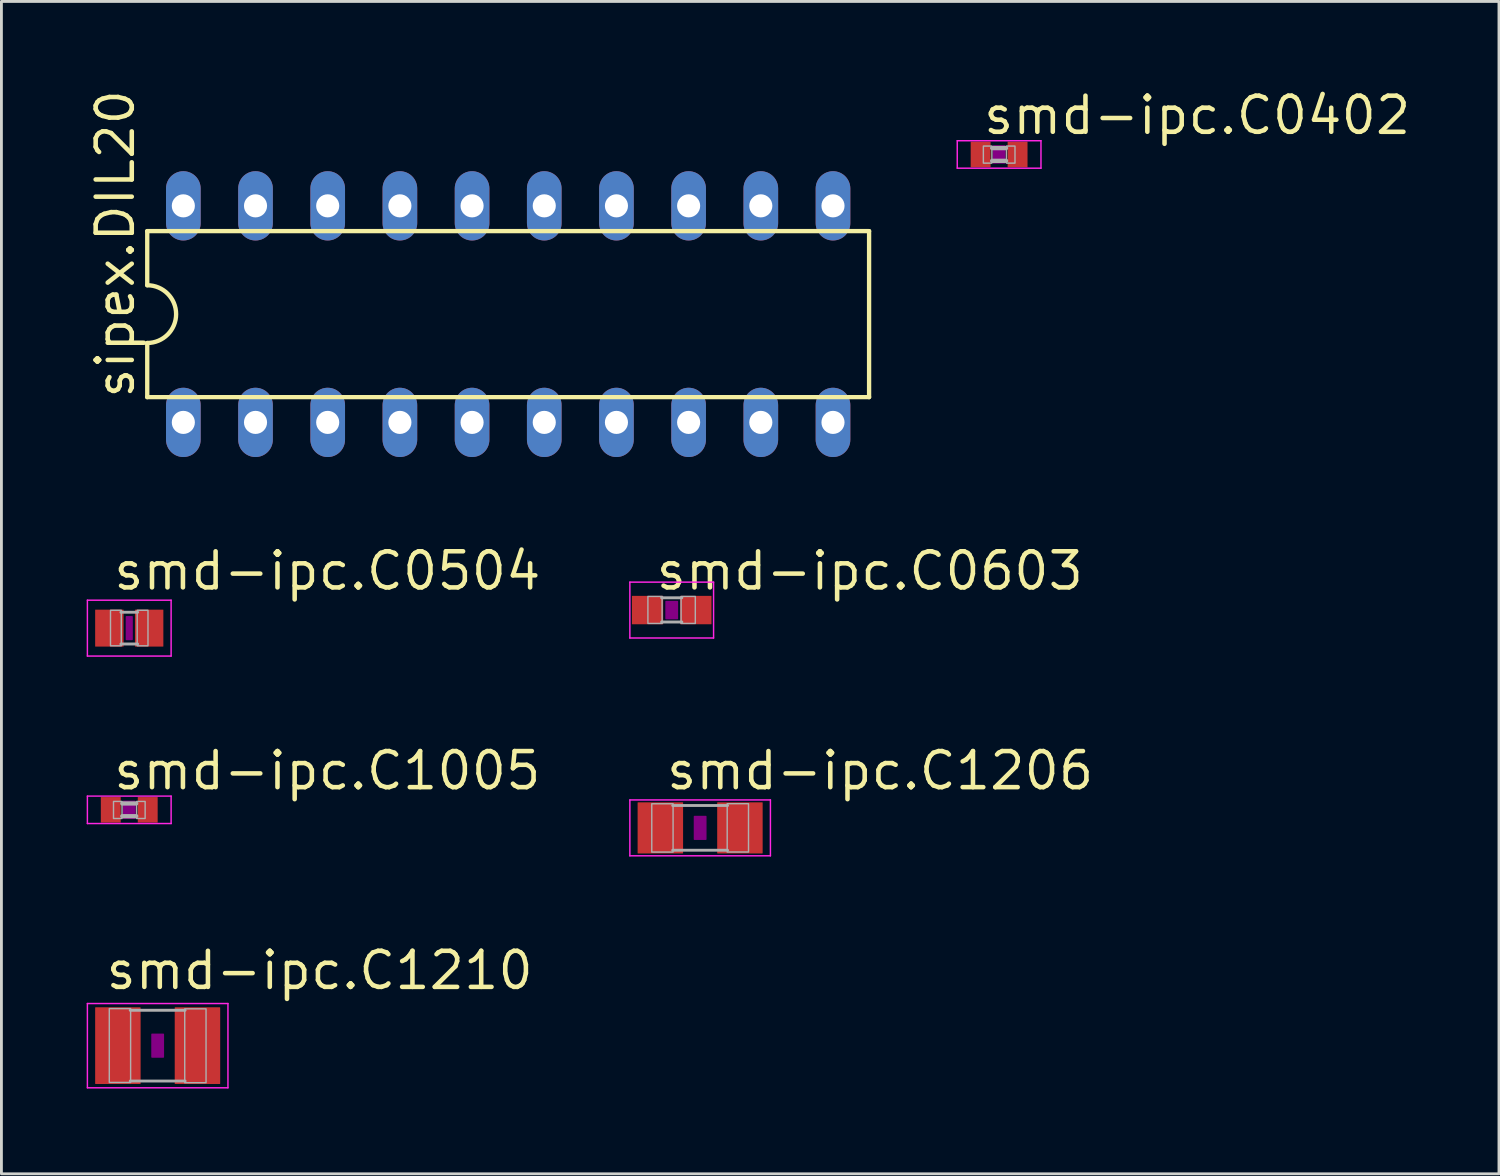
<source format=kicad_pcb>
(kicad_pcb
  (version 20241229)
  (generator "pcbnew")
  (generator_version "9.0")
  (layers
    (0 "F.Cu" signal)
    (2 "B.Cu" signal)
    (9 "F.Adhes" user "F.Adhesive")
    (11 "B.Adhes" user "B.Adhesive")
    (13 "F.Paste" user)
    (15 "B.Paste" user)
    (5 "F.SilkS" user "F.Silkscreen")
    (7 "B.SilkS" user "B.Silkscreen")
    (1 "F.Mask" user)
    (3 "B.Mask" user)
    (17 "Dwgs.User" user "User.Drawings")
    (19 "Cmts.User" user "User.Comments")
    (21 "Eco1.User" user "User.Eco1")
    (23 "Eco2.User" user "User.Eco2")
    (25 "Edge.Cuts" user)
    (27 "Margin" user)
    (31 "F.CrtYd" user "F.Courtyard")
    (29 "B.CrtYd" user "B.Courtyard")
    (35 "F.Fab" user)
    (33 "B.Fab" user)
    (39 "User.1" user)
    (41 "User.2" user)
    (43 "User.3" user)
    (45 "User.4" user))
  (footprint "smd-ipc.C0504"
    (layer "F.Cu")
    (at 1.498 19.052)
    (property "Reference" "smd-ipc.C0504" (at -0.635 -1.27 0) (layer "F.SilkS") (effects (font (size 1.27 1.27) (thickness 0.16)) (justify left bottom)))
    (attr smd)
    (fp_rect (start -0.1 0.4) (end 0.1 -0.4) (stroke (width 0.05) (type default)) (fill yes) (layer "F.Adhes"))
    (fp_line (start -1.473 -0.983) (end 1.473 -0.983) (stroke (width 0.051) (type default)) (layer "F.CrtYd"))
    (fp_line (start -1.473 0.983) (end -1.473 -0.983) (stroke (width 0.051) (type default)) (layer "F.CrtYd"))
    (fp_line (start 1.473 -0.983) (end 1.473 0.983) (stroke (width 0.051) (type default)) (layer "F.CrtYd"))
    (fp_line (start 1.473 0.983) (end -1.473 0.983) (stroke (width 0.051) (type default)) (layer "F.CrtYd"))
    (fp_line (start -0.294 -0.559) (end 0.294 -0.559) (stroke (width 0.102) (type default)) (layer "F.Fab"))
    (fp_line (start -0.294 0.559) (end 0.294 0.559) (stroke (width 0.102) (type default)) (layer "F.Fab"))
    (fp_rect (start -0.66 0.622) (end -0.28 -0.628) (stroke (width 0.05) (type default)) (fill no) (layer "F.Fab"))
    (fp_rect (start 0.279 0.622) (end 0.659 -0.628) (stroke (width 0.05) (type default)) (fill no) (layer "F.Fab"))
    (pad "1" smd roundrect (at -0.7 0) (size 1 1.3) (layers "F.Cu" "F.Mask" "F.Paste") (roundrect_rratio 0.01))
    (pad "2" smd roundrect (at 0.7 0) (size 1 1.3) (layers "F.Cu" "F.Mask" "F.Paste") (roundrect_rratio 0.01)))
  (footprint "smd-ipc.C0402"
    (layer "F.Cu")
    (at 32.106 2.385)
    (property "Reference" "smd-ipc.C0402" (at -0.635 -0.635 0) (layer "F.SilkS") (effects (font (size 1.27 1.27) (thickness 0.16)) (justify left bottom)))
    (attr smd)
    (fp_rect (start -0.2 0.3) (end 0.2 -0.3) (stroke (width 0.05) (type default)) (fill yes) (layer "F.Adhes"))
    (fp_line (start -1.473 -0.483) (end 1.473 -0.483) (stroke (width 0.051) (type default)) (layer "F.CrtYd"))
    (fp_line (start -1.473 0.483) (end -1.473 -0.483) (stroke (width 0.051) (type default)) (layer "F.CrtYd"))
    (fp_line (start 1.473 -0.483) (end 1.473 0.483) (stroke (width 0.051) (type default)) (layer "F.CrtYd"))
    (fp_line (start 1.473 0.483) (end -1.473 0.483) (stroke (width 0.051) (type default)) (layer "F.CrtYd"))
    (fp_line (start -0.245 -0.224) (end 0.245 -0.224) (stroke (width 0.152) (type default)) (layer "F.Fab"))
    (fp_line (start 0.245 0.224) (end -0.245 0.224) (stroke (width 0.152) (type default)) (layer "F.Fab"))
    (fp_rect (start -0.554 0.305) (end -0.254 -0.295) (stroke (width 0.05) (type default)) (fill no) (layer "F.Fab"))
    (fp_rect (start 0.259 0.305) (end 0.559 -0.295) (stroke (width 0.05) (type default)) (fill no) (layer "F.Fab"))
    (pad "1" smd roundrect (at -0.65 0) (size 0.7 0.9) (layers "F.Cu" "F.Mask" "F.Paste") (roundrect_rratio 0.01))
    (pad "2" smd roundrect (at 0.65 0) (size 0.7 0.9) (layers "F.Cu" "F.Mask" "F.Paste") (roundrect_rratio 0.01)))
  (footprint "smd-ipc.C1005"
    (layer "F.Cu")
    (at 1.498 25.446)
    (property "Reference" "smd-ipc.C1005" (at -0.635 -0.635 0) (layer "F.SilkS") (effects (font (size 1.27 1.27) (thickness 0.16)) (justify left bottom)))
    (attr smd)
    (fp_rect (start -0.2 0.3) (end 0.2 -0.3) (stroke (width 0.05) (type default)) (fill yes) (layer "F.Adhes"))
    (fp_line (start -1.473 -0.483) (end 1.473 -0.483) (stroke (width 0.051) (type default)) (layer "F.CrtYd"))
    (fp_line (start -1.473 0.483) (end -1.473 -0.483) (stroke (width 0.051) (type default)) (layer "F.CrtYd"))
    (fp_line (start 1.473 -0.483) (end 1.473 0.483) (stroke (width 0.051) (type default)) (layer "F.CrtYd"))
    (fp_line (start 1.473 0.483) (end -1.473 0.483) (stroke (width 0.051) (type default)) (layer "F.CrtYd"))
    (fp_line (start -0.245 -0.224) (end 0.245 -0.224) (stroke (width 0.152) (type default)) (layer "F.Fab"))
    (fp_line (start 0.245 0.224) (end -0.245 0.224) (stroke (width 0.152) (type default)) (layer "F.Fab"))
    (fp_rect (start -0.554 0.305) (end -0.254 -0.295) (stroke (width 0.05) (type default)) (fill no) (layer "F.Fab"))
    (fp_rect (start 0.259 0.305) (end 0.559 -0.295) (stroke (width 0.05) (type default)) (fill no) (layer "F.Fab"))
    (pad "1" smd roundrect (at -0.65 0) (size 0.7 0.9) (layers "F.Cu" "F.Mask" "F.Paste") (roundrect_rratio 0.01))
    (pad "2" smd roundrect (at 0.65 0) (size 0.7 0.9) (layers "F.Cu" "F.Mask" "F.Paste") (roundrect_rratio 0.01)))
  (footprint "smd-ipc.C1210"
    (layer "F.Cu")
    (at 2.498 33.744)
    (property "Reference" "smd-ipc.C1210" (at -1.905 -1.905 0) (layer "F.SilkS") (effects (font (size 1.27 1.27) (thickness 0.16)) (justify left bottom)))
    (attr smd)
    (fp_rect (start -0.2 0.4) (end 0.2 -0.4) (stroke (width 0.05) (type default)) (fill yes) (layer "F.Adhes"))
    (fp_line (start -2.473 -1.483) (end 2.473 -1.483) (stroke (width 0.051) (type default)) (layer "F.CrtYd"))
    (fp_line (start -2.473 1.483) (end -2.473 -1.483) (stroke (width 0.051) (type default)) (layer "F.CrtYd"))
    (fp_line (start 2.473 -1.483) (end 2.473 1.483) (stroke (width 0.051) (type default)) (layer "F.CrtYd"))
    (fp_line (start 2.473 1.483) (end -2.473 1.483) (stroke (width 0.051) (type default)) (layer "F.CrtYd"))
    (fp_line (start -0.965 -1.245) (end 0.965 -1.245) (stroke (width 0.102) (type default)) (layer "F.Fab"))
    (fp_line (start -0.965 1.245) (end 0.965 1.245) (stroke (width 0.102) (type default)) (layer "F.Fab"))
    (fp_rect (start -1.702 1.295) (end -0.952 -1.304) (stroke (width 0.05) (type default)) (fill no) (layer "F.Fab"))
    (fp_rect (start 0.952 1.304) (end 1.702 -1.295) (stroke (width 0.05) (type default)) (fill no) (layer "F.Fab"))
    (pad "1" smd roundrect (at -1.4 0) (size 1.6 2.7) (layers "F.Cu" "F.Mask" "F.Paste") (roundrect_rratio 0.01))
    (pad "2" smd roundrect (at 1.4 0) (size 1.6 2.7) (layers "F.Cu" "F.Mask" "F.Paste") (roundrect_rratio 0.01)))
  (footprint "sipex.DIL20"
    (layer "F.Cu")
    (at 14.831 8.003)
    (property "Reference" "sipex.DIL20" (at -13.081 3.048 90) (layer "F.SilkS") (effects (font (size 1.27 1.27) (thickness 0.16)) (justify left bottom)))
    (attr through_hole)
    (fp_line (start -12.7 -2.921) (end -12.7 -1.016) (stroke (width 0.152) (type default)) (layer "F.SilkS"))
    (fp_line (start -12.7 2.921) (end -12.7 1.016) (stroke (width 0.152) (type default)) (layer "F.SilkS"))
    (fp_line (start -12.7 2.921) (end 12.7 2.921) (stroke (width 0.152) (type default)) (layer "F.SilkS"))
    (fp_line (start 12.7 -2.921) (end -12.7 -2.921) (stroke (width 0.152) (type default)) (layer "F.SilkS"))
    (fp_line (start 12.7 -2.921) (end 12.7 2.921) (stroke (width 0.152) (type default)) (layer "F.SilkS"))
    (fp_arc (start -12.7 -1.016) (mid -11.684 0) (end -12.7 1.016) (stroke (width 0.1524) (type default)) (layer "F.SilkS"))
    (pad "1" thru_hole oval (at -11.43 3.81 90) (size 2.438 1.219) (drill 0.813) (layers "*.Cu" "*.Mask"))
    (pad "2" thru_hole oval (at -8.89 3.81 90) (size 2.438 1.219) (drill 0.813) (layers "*.Cu" "*.Mask"))
    (pad "3" thru_hole oval (at -6.35 3.81 90) (size 2.438 1.219) (drill 0.813) (layers "*.Cu" "*.Mask"))
    (pad "4" thru_hole oval (at -3.81 3.81 90) (size 2.438 1.219) (drill 0.813) (layers "*.Cu" "*.Mask"))
    (pad "5" thru_hole oval (at -1.27 3.81 90) (size 2.438 1.219) (drill 0.813) (layers "*.Cu" "*.Mask"))
    (pad "6" thru_hole oval (at 1.27 3.81 90) (size 2.438 1.219) (drill 0.813) (layers "*.Cu" "*.Mask"))
    (pad "7" thru_hole oval (at 3.81 3.81 90) (size 2.438 1.219) (drill 0.813) (layers "*.Cu" "*.Mask"))
    (pad "8" thru_hole oval (at 6.35 3.81 90) (size 2.438 1.219) (drill 0.813) (layers "*.Cu" "*.Mask"))
    (pad "9" thru_hole oval (at 8.89 3.81 90) (size 2.438 1.219) (drill 0.813) (layers "*.Cu" "*.Mask"))
    (pad "10" thru_hole oval (at 11.43 3.81 90) (size 2.438 1.219) (drill 0.813) (layers "*.Cu" "*.Mask"))
    (pad "11" thru_hole oval (at 11.43 -3.81 90) (size 2.438 1.219) (drill 0.813) (layers "*.Cu" "*.Mask"))
    (pad "12" thru_hole oval (at 8.89 -3.81 90) (size 2.438 1.219) (drill 0.813) (layers "*.Cu" "*.Mask"))
    (pad "13" thru_hole oval (at 6.35 -3.81 90) (size 2.438 1.219) (drill 0.813) (layers "*.Cu" "*.Mask"))
    (pad "14" thru_hole oval (at 3.81 -3.81 90) (size 2.438 1.219) (drill 0.813) (layers "*.Cu" "*.Mask"))
    (pad "15" thru_hole oval (at 1.27 -3.81 90) (size 2.438 1.219) (drill 0.813) (layers "*.Cu" "*.Mask"))
    (pad "16" thru_hole oval (at -1.27 -3.81 90) (size 2.438 1.219) (drill 0.813) (layers "*.Cu" "*.Mask"))
    (pad "17" thru_hole oval (at -3.81 -3.81 90) (size 2.438 1.219) (drill 0.813) (layers "*.Cu" "*.Mask"))
    (pad "18" thru_hole oval (at -6.35 -3.81 90) (size 2.438 1.219) (drill 0.813) (layers "*.Cu" "*.Mask"))
    (pad "19" thru_hole oval (at -8.89 -3.81 90) (size 2.438 1.219) (drill 0.813) (layers "*.Cu" "*.Mask"))
    (pad "20" thru_hole oval (at -11.43 -3.81 90) (size 2.438 1.219) (drill 0.813) (layers "*.Cu" "*.Mask")))
  (footprint "smd-ipc.C1206"
    (layer "F.Cu")
    (at 21.586 26.081)
    (property "Reference" "smd-ipc.C1206" (at -1.27 -1.27 0) (layer "F.SilkS") (effects (font (size 1.27 1.27) (thickness 0.16)) (justify left bottom)))
    (attr smd)
    (fp_rect (start -0.2 0.4) (end 0.2 -0.4) (stroke (width 0.05) (type default)) (fill yes) (layer "F.Adhes"))
    (fp_line (start -2.473 -0.983) (end 2.473 -0.983) (stroke (width 0.051) (type default)) (layer "F.CrtYd"))
    (fp_line (start -2.473 0.983) (end -2.473 -0.983) (stroke (width 0.051) (type default)) (layer "F.CrtYd"))
    (fp_line (start 2.473 -0.983) (end 2.473 0.983) (stroke (width 0.051) (type default)) (layer "F.CrtYd"))
    (fp_line (start 2.473 0.983) (end -2.473 0.983) (stroke (width 0.051) (type default)) (layer "F.CrtYd"))
    (fp_line (start -0.965 -0.787) (end 0.965 -0.787) (stroke (width 0.102) (type default)) (layer "F.Fab"))
    (fp_line (start -0.965 0.787) (end 0.965 0.787) (stroke (width 0.102) (type default)) (layer "F.Fab"))
    (fp_rect (start -1.702 0.851) (end -0.952 -0.849) (stroke (width 0.05) (type default)) (fill no) (layer "F.Fab"))
    (fp_rect (start 0.952 0.849) (end 1.702 -0.851) (stroke (width 0.05) (type default)) (fill no) (layer "F.Fab"))
    (pad "1" smd roundrect (at -1.4 0) (size 1.6 1.8) (layers "F.Cu" "F.Mask" "F.Paste") (roundrect_rratio 0.01))
    (pad "2" smd roundrect (at 1.4 0) (size 1.6 1.8) (layers "F.Cu" "F.Mask" "F.Paste") (roundrect_rratio 0.01)))
  (footprint "smd-ipc.C0603"
    (layer "F.Cu")
    (at 20.586 18.417)
    (property "Reference" "smd-ipc.C0603" (at -0.635 -0.635 0) (layer "F.SilkS") (effects (font (size 1.27 1.27) (thickness 0.16)) (justify left bottom)))
    (attr smd)
    (fp_rect (start -0.2 0.3) (end 0.2 -0.3) (stroke (width 0.05) (type default)) (fill yes) (layer "F.Adhes"))
    (fp_line (start -1.473 -0.983) (end 1.473 -0.983) (stroke (width 0.051) (type default)) (layer "F.CrtYd"))
    (fp_line (start -1.473 0.983) (end -1.473 -0.983) (stroke (width 0.051) (type default)) (layer "F.CrtYd"))
    (fp_line (start 1.473 -0.983) (end 1.473 0.983) (stroke (width 0.051) (type default)) (layer "F.CrtYd"))
    (fp_line (start 1.473 0.983) (end -1.473 0.983) (stroke (width 0.051) (type default)) (layer "F.CrtYd"))
    (fp_line (start -0.356 -0.432) (end 0.356 -0.432) (stroke (width 0.102) (type default)) (layer "F.Fab"))
    (fp_line (start -0.356 0.419) (end 0.356 0.419) (stroke (width 0.102) (type default)) (layer "F.Fab"))
    (fp_rect (start -0.838 0.47) (end -0.338 -0.48) (stroke (width 0.05) (type default)) (fill no) (layer "F.Fab"))
    (fp_rect (start 0.33 0.47) (end 0.83 -0.48) (stroke (width 0.05) (type default)) (fill no) (layer "F.Fab"))
    (pad "1" smd roundrect (at -0.85 0) (size 1.1 1) (layers "F.Cu" "F.Mask" "F.Paste") (roundrect_rratio 0.01))
    (pad "2" smd roundrect (at 0.85 0) (size 1.1 1) (layers "F.Cu" "F.Mask" "F.Paste") (roundrect_rratio 0.01)))
  (gr_rect
    (start -3 -3)
    (end 49.695 38.253)
    (stroke (width 0.1) (type default))
    (fill no)
    (layer "Edge.Cuts")))
</source>
